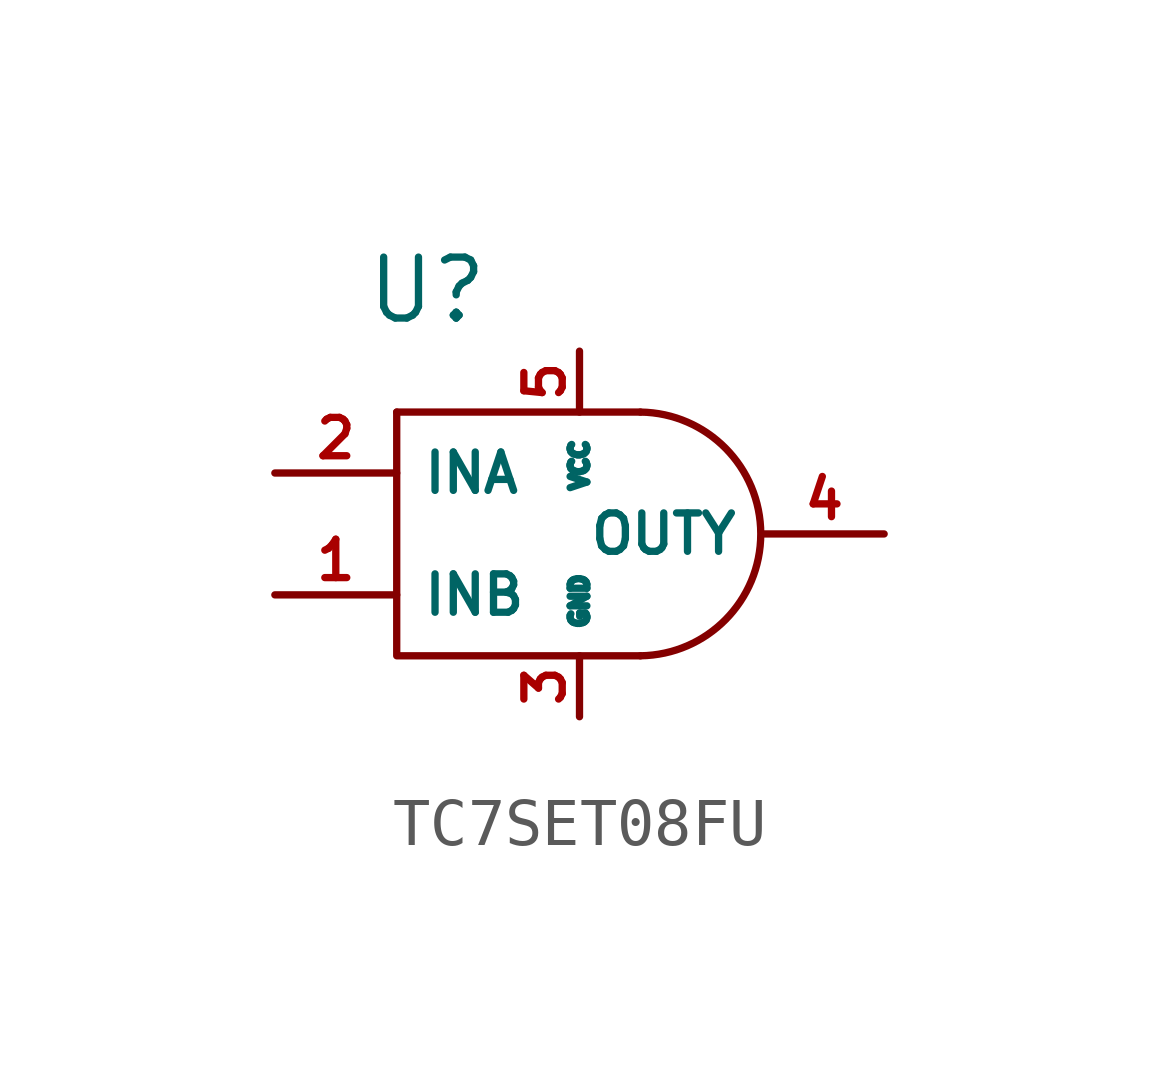
<source format=kicad_sym>
(kicad_symbol_lib
  (version 20211014)
  (generator kicad_symbol_editor)
  (symbol "TC7SET08FU"
    (property "Reference" "U"
      (at -3.175 5.08 0)
      (effects (font (size 1.27 1.27))))
    (symbol "TC7SET08FU_0_1"
      (polyline (pts (xy -3.81 2.54) (xy 1.27 2.54)) (stroke (width 0) (type default) (color 0 0 0 0)) (fill (type none)))
      (polyline (pts (xy -3.81 2.54) (xy -3.81 -2.54) (xy 1.27 -2.54)) (stroke (width 0) (type default) (color 0 0 0 0)) (fill (type none)))
      (arc (start 1.27 -2.54) (mid 3.7783 0) (end 1.27 2.54) (stroke (width 0) (type default) (color 0 0 0 0)) (fill (type none))))
    (symbol "TC7SET08FU_1_1"
      (pin passive line (at -6.35 -1.27 0) (length 2.54) (name "INB" (effects (font (size 0.8 0.8)))) (number "1" (effects (font (size 0.8 0.8)))))
      (pin passive line (at -6.35 1.27 0) (length 2.54) (name "INA" (effects (font (size 0.8 0.8)))) (number "2" (effects (font (size 0.8 0.8)))))
      (pin passive line (at 0 -3.81 90) (length 1.27) (name "GND" (effects (font (size 0.35 0.35)))) (number "3" (effects (font (size 0.8 0.8)))))
      (pin passive line (at 6.35 0 180) (length 2.5) (name "OUTY" (effects (font (size 0.8 0.8)))) (number "4" (effects (font (size 0.8 0.8)))))
      (pin passive line (at 0 3.81 270) (length 1.27) (name "VCC" (effects (font (size 0.35 0.35)))) (number "5" (effects (font (size 0.8 0.8))))))))
</source>
